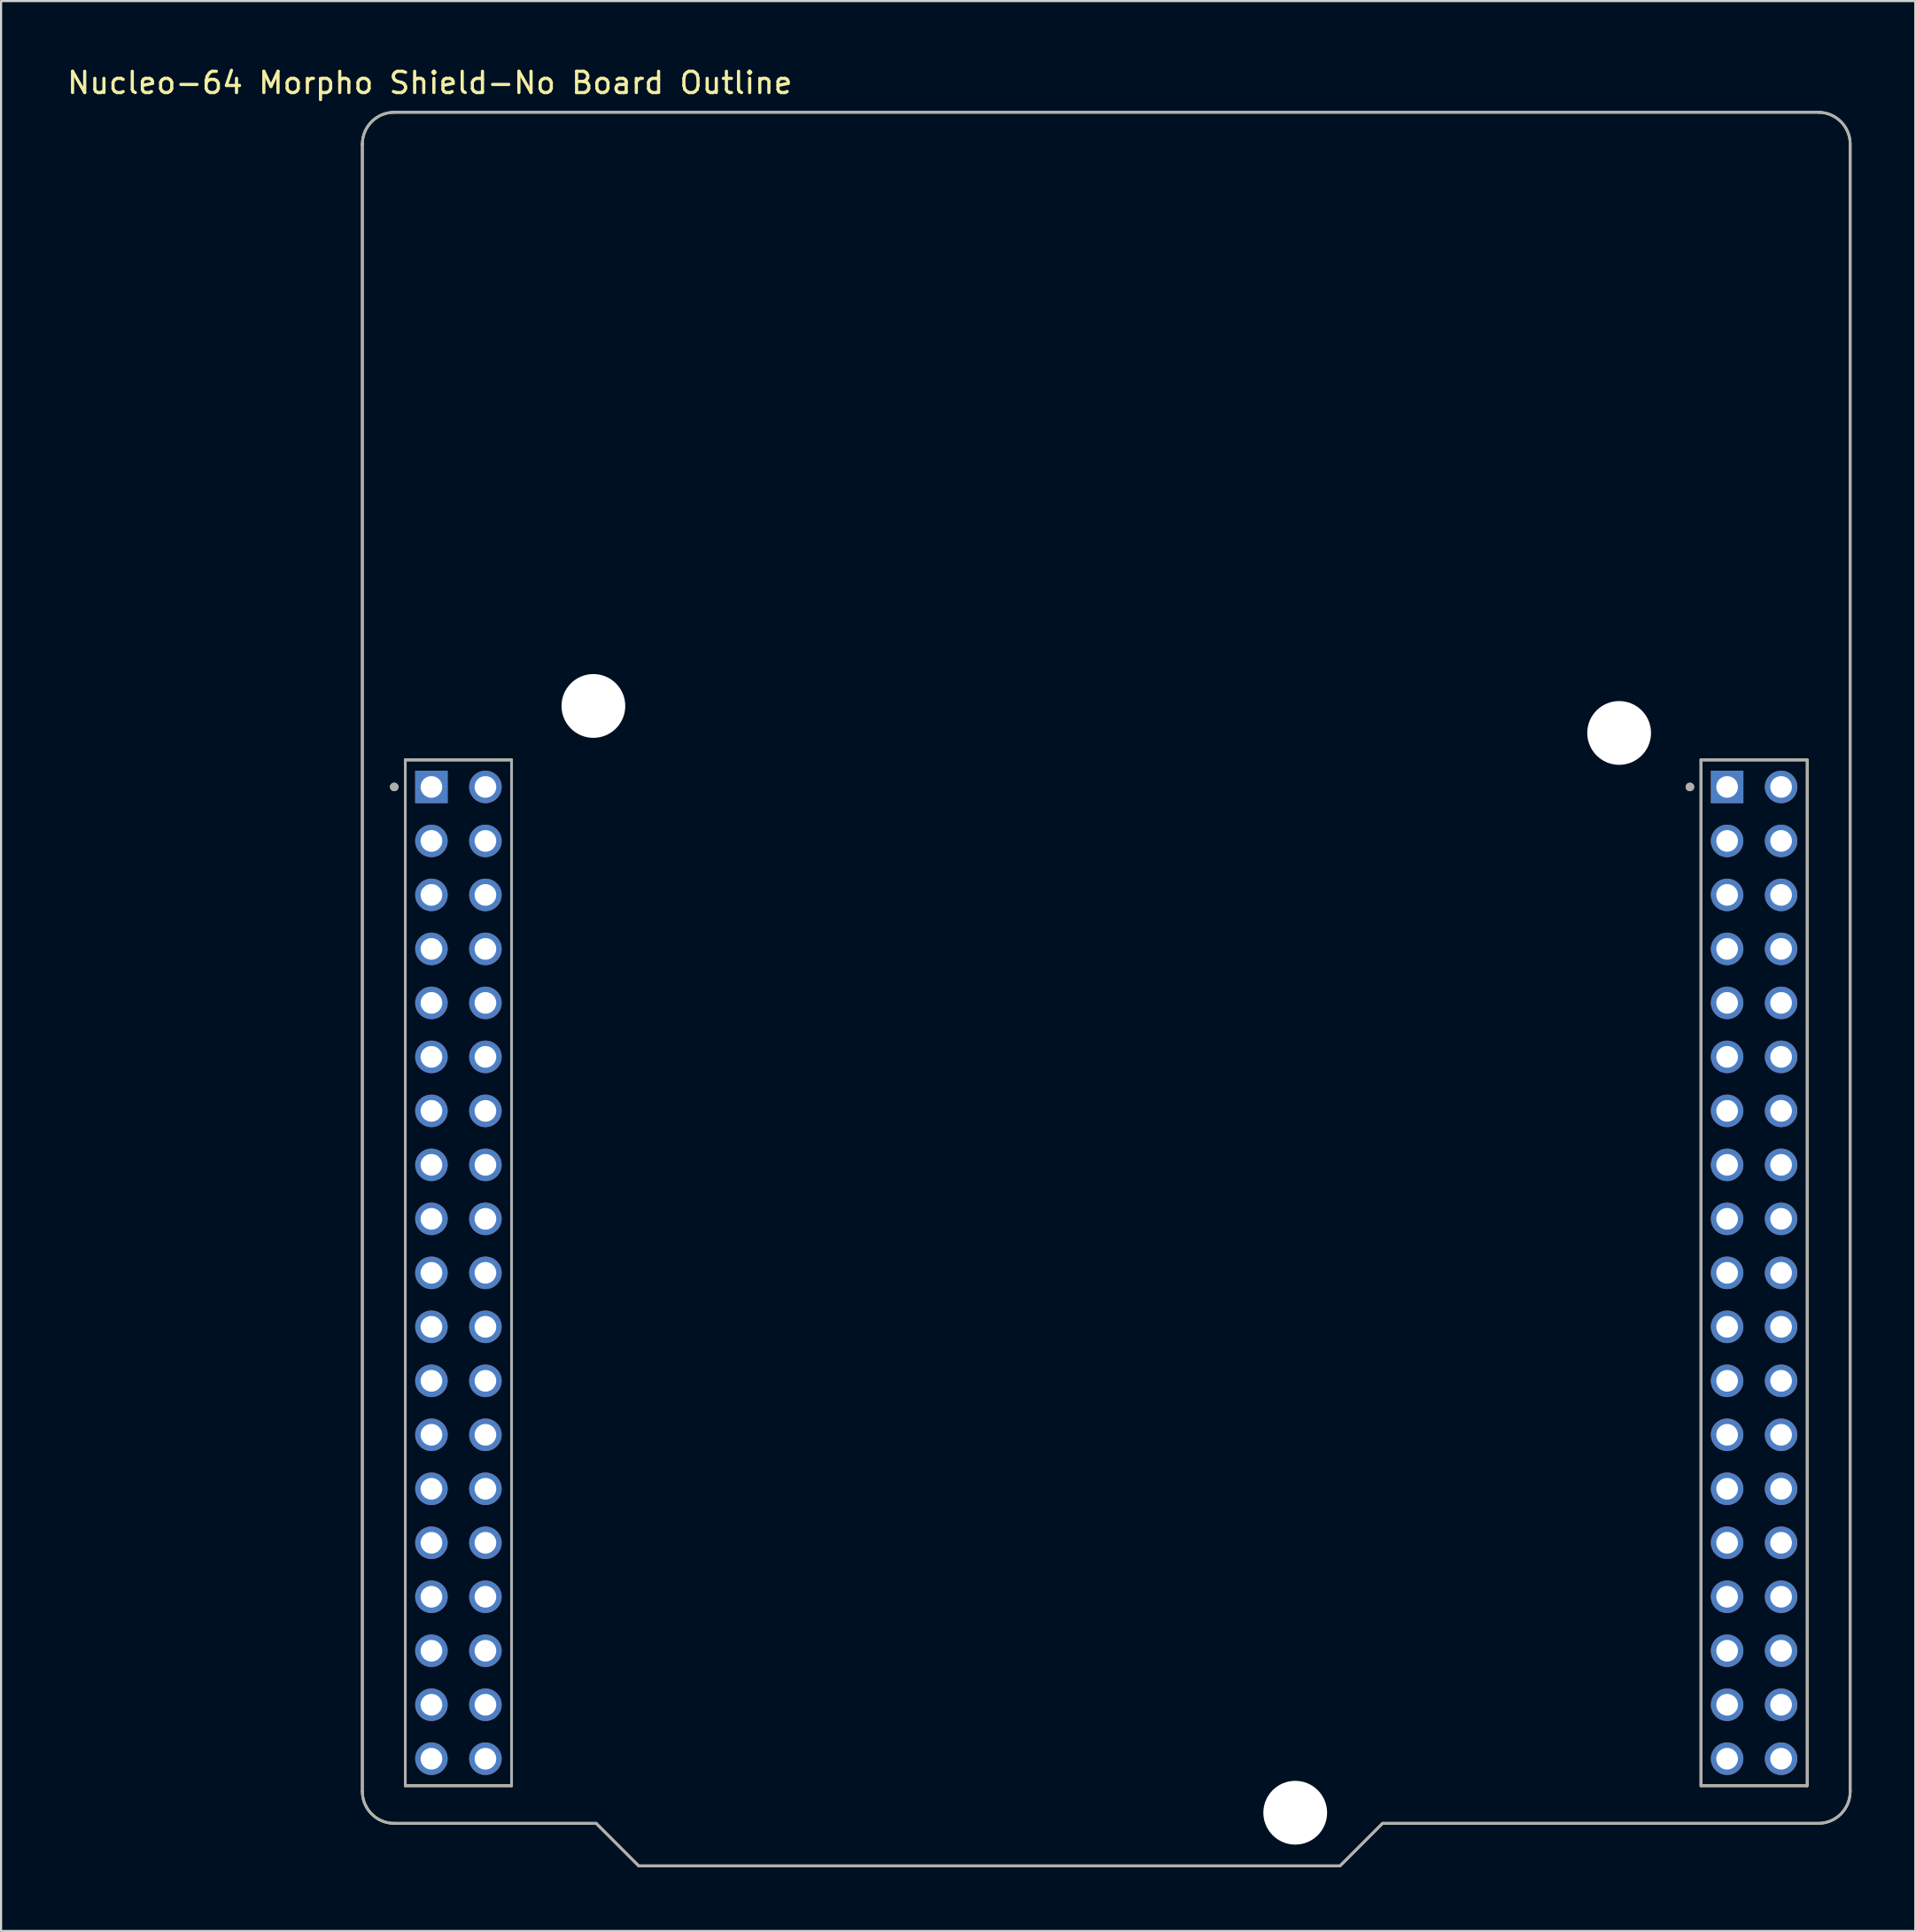
<source format=kicad_pcb>
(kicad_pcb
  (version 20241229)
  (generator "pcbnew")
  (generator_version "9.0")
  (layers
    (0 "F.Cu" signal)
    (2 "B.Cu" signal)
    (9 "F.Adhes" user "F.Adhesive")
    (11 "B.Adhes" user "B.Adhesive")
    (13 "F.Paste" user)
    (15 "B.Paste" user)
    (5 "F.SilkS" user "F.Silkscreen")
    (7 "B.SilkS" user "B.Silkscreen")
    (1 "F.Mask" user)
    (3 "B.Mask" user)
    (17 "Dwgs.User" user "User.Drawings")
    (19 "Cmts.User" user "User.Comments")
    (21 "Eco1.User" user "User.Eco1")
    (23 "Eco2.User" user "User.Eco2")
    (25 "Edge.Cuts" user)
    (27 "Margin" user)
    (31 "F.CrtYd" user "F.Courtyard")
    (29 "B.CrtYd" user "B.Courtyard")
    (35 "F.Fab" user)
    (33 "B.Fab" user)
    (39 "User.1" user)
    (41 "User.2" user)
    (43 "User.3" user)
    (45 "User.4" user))
  (footprint "Nucleo-64 Morpho Shield-No Board Outline"
    (layer "F.Cu")
    (at 48.998 43.483)
    (property "Reference" "Nucleo-64 Morpho Shield-No Board Outline" (at -31.825 -42.635 0) (layer "F.SilkS") (effects (font (size 1 1) (thickness 0.15))))
    (attr through_hole)
    (fp_line (start -35 37.75) (end -35 -39.75) (stroke (width 0.127) (type solid)) (layer "F.SilkS"))
    (fp_line (start -33.5 -41.25) (end 33.5 -41.25) (stroke (width 0.127) (type solid)) (layer "F.SilkS"))
    (fp_line (start -32.98 -10.78) (end -32.98 37.48) (stroke (width 0.127) (type solid)) (layer "F.SilkS"))
    (fp_line (start -32.98 37.48) (end -27.98 37.48) (stroke (width 0.127) (type solid)) (layer "F.SilkS"))
    (fp_line (start -27.98 -10.78) (end -32.98 -10.78) (stroke (width 0.127) (type solid)) (layer "F.SilkS"))
    (fp_line (start -27.98 37.48) (end -27.98 -10.78) (stroke (width 0.127) (type solid)) (layer "F.SilkS"))
    (fp_line (start -24 39.25) (end -33.5 39.25) (stroke (width 0.127) (type solid)) (layer "F.SilkS"))
    (fp_line (start -22 41.25) (end -24 39.25) (stroke (width 0.127) (type solid)) (layer "F.SilkS"))
    (fp_line (start 11 41.25) (end -22 41.25) (stroke (width 0.127) (type solid)) (layer "F.SilkS"))
    (fp_line (start 13 39.25) (end 11 41.25) (stroke (width 0.127) (type solid)) (layer "F.SilkS"))
    (fp_line (start 27.98 -10.78) (end 27.98 37.48) (stroke (width 0.127) (type solid)) (layer "F.SilkS"))
    (fp_line (start 27.98 37.48) (end 32.98 37.48) (stroke (width 0.127) (type solid)) (layer "F.SilkS"))
    (fp_line (start 32.98 -10.78) (end 27.98 -10.78) (stroke (width 0.127) (type solid)) (layer "F.SilkS"))
    (fp_line (start 32.98 37.48) (end 32.98 -10.78) (stroke (width 0.127) (type solid)) (layer "F.SilkS"))
    (fp_line (start 33.5 39.25) (end 13 39.25) (stroke (width 0.127) (type solid)) (layer "F.SilkS"))
    (fp_line (start 35 -39.75) (end 35 37.75) (stroke (width 0.127) (type solid)) (layer "F.SilkS"))
    (fp_arc (start -35 -39.75) (mid -34.56066 -40.81066) (end -33.5 -41.25) (stroke (width 0.127) (type solid)) (layer "F.SilkS"))
    (fp_arc (start -33.5 39.25) (mid -34.56066 38.81066) (end -35 37.75) (stroke (width 0.127) (type solid)) (layer "F.SilkS"))
    (fp_arc (start 33.5 -41.25) (mid 34.56066 -40.81066) (end 35 -39.75) (stroke (width 0.127) (type solid)) (layer "F.SilkS"))
    (fp_arc (start 35 37.75) (mid 34.56066 38.81066) (end 33.5 39.25) (stroke (width 0.127) (type solid)) (layer "F.SilkS"))
    (fp_circle (center -33.5 -9.51) (end -33.4 -9.51) (stroke (width 0.2) (type solid)) (fill no) (layer "F.SilkS"))
    (fp_circle (center 27.46 -9.51) (end 27.56 -9.51) (stroke (width 0.2) (type solid)) (fill no) (layer "F.SilkS"))
    (fp_line (start -35 37.75) (end -35 -39.75) (stroke (width 0.127) (type solid)) (layer "F.Fab"))
    (fp_line (start -33.5 -41.25) (end 33.5 -41.25) (stroke (width 0.127) (type solid)) (layer "F.Fab"))
    (fp_line (start -32.98 -10.78) (end -32.98 37.48) (stroke (width 0.127) (type solid)) (layer "F.Fab"))
    (fp_line (start -32.98 37.48) (end -27.98 37.48) (stroke (width 0.127) (type solid)) (layer "F.Fab"))
    (fp_line (start -27.98 -10.78) (end -32.98 -10.78) (stroke (width 0.127) (type solid)) (layer "F.Fab"))
    (fp_line (start -27.98 37.48) (end -27.98 -10.78) (stroke (width 0.127) (type solid)) (layer "F.Fab"))
    (fp_line (start -24 39.25) (end -33.5 39.25) (stroke (width 0.127) (type solid)) (layer "F.Fab"))
    (fp_line (start -22 41.25) (end -24 39.25) (stroke (width 0.127) (type solid)) (layer "F.Fab"))
    (fp_line (start 11 41.25) (end -22 41.25) (stroke (width 0.127) (type solid)) (layer "F.Fab"))
    (fp_line (start 13 39.25) (end 11 41.25) (stroke (width 0.127) (type solid)) (layer "F.Fab"))
    (fp_line (start 27.98 -10.78) (end 27.98 37.48) (stroke (width 0.127) (type solid)) (layer "F.Fab"))
    (fp_line (start 27.98 37.48) (end 32.98 37.48) (stroke (width 0.127) (type solid)) (layer "F.Fab"))
    (fp_line (start 32.98 -10.78) (end 27.98 -10.78) (stroke (width 0.127) (type solid)) (layer "F.Fab"))
    (fp_line (start 32.98 37.48) (end 32.98 -10.78) (stroke (width 0.127) (type solid)) (layer "F.Fab"))
    (fp_line (start 33.5 39.25) (end 13 39.25) (stroke (width 0.127) (type solid)) (layer "F.Fab"))
    (fp_line (start 35 -39.75) (end 35 37.75) (stroke (width 0.127) (type solid)) (layer "F.Fab"))
    (fp_arc (start -35 -39.75) (mid -34.56066 -40.81066) (end -33.5 -41.25) (stroke (width 0.127) (type solid)) (layer "F.Fab"))
    (fp_arc (start -33.5 39.25) (mid -34.56066 38.81066) (end -35 37.75) (stroke (width 0.127) (type solid)) (layer "F.Fab"))
    (fp_arc (start 33.5 -41.25) (mid 34.56066 -40.81066) (end 35 -39.75) (stroke (width 0.127) (type solid)) (layer "F.Fab"))
    (fp_arc (start 35 37.75) (mid 34.56066 38.81066) (end 33.5 39.25) (stroke (width 0.127) (type solid)) (layer "F.Fab"))
    (fp_circle (center -33.5 -9.51) (end -33.4 -9.51) (stroke (width 0.2) (type solid)) (fill no) (layer "F.Fab"))
    (fp_circle (center 27.46 -9.51) (end 27.56 -9.51) (stroke (width 0.2) (type solid)) (fill no) (layer "F.Fab"))
    (pad "" np_thru_hole circle (at -24.13 -13.32) (size 3 3) (drill 3) (layers "*.Cu" "*.Mask"))
    (pad "" np_thru_hole circle (at 8.89 38.75) (size 3 3) (drill 3) (layers "*.Cu" "*.Mask"))
    (pad "" np_thru_hole circle (at 24.13 -12.05) (size 3 3) (drill 3) (layers "*.Cu" "*.Mask"))
    (pad "1" thru_hole rect (at -31.75 -9.51) (size 1.53 1.53) (drill 1.02) (layers "*.Cu" "*.Mask"))
    (pad "2" thru_hole circle (at -29.21 -9.51) (size 1.53 1.53) (drill 1.02) (layers "*.Cu" "*.Mask"))
    (pad "3" thru_hole circle (at -31.75 -6.97) (size 1.53 1.53) (drill 1.02) (layers "*.Cu" "*.Mask"))
    (pad "4" thru_hole circle (at -29.21 -6.97) (size 1.53 1.53) (drill 1.02) (layers "*.Cu" "*.Mask"))
    (pad "5" thru_hole circle (at -31.75 -4.43) (size 1.53 1.53) (drill 1.02) (layers "*.Cu" "*.Mask"))
    (pad "6" thru_hole circle (at -29.21 -4.43) (size 1.53 1.53) (drill 1.02) (layers "*.Cu" "*.Mask"))
    (pad "7" thru_hole circle (at -31.75 -1.89) (size 1.53 1.53) (drill 1.02) (layers "*.Cu" "*.Mask"))
    (pad "8" thru_hole circle (at -29.21 -1.89) (size 1.53 1.53) (drill 1.02) (layers "*.Cu" "*.Mask"))
    (pad "9" thru_hole circle (at -31.75 0.65) (size 1.53 1.53) (drill 1.02) (layers "*.Cu" "*.Mask"))
    (pad "10" thru_hole circle (at -29.21 0.65) (size 1.53 1.53) (drill 1.02) (layers "*.Cu" "*.Mask"))
    (pad "11" thru_hole circle (at -31.75 3.19) (size 1.53 1.53) (drill 1.02) (layers "*.Cu" "*.Mask"))
    (pad "12" thru_hole circle (at -29.21 3.19) (size 1.53 1.53) (drill 1.02) (layers "*.Cu" "*.Mask"))
    (pad "13" thru_hole circle (at -31.75 5.73) (size 1.53 1.53) (drill 1.02) (layers "*.Cu" "*.Mask"))
    (pad "14" thru_hole circle (at -29.21 5.73) (size 1.53 1.53) (drill 1.02) (layers "*.Cu" "*.Mask"))
    (pad "15" thru_hole circle (at -31.75 8.27) (size 1.53 1.53) (drill 1.02) (layers "*.Cu" "*.Mask"))
    (pad "16" thru_hole circle (at -29.21 8.27) (size 1.53 1.53) (drill 1.02) (layers "*.Cu" "*.Mask"))
    (pad "17" thru_hole circle (at -31.75 10.81) (size 1.53 1.53) (drill 1.02) (layers "*.Cu" "*.Mask"))
    (pad "18" thru_hole circle (at -29.21 10.81) (size 1.53 1.53) (drill 1.02) (layers "*.Cu" "*.Mask"))
    (pad "19" thru_hole circle (at -31.75 13.35) (size 1.53 1.53) (drill 1.02) (layers "*.Cu" "*.Mask"))
    (pad "20" thru_hole circle (at -29.21 13.35) (size 1.53 1.53) (drill 1.02) (layers "*.Cu" "*.Mask"))
    (pad "21" thru_hole circle (at -31.75 15.89) (size 1.53 1.53) (drill 1.02) (layers "*.Cu" "*.Mask"))
    (pad "22" thru_hole circle (at -29.21 15.89) (size 1.53 1.53) (drill 1.02) (layers "*.Cu" "*.Mask"))
    (pad "23" thru_hole circle (at -31.75 18.43) (size 1.53 1.53) (drill 1.02) (layers "*.Cu" "*.Mask"))
    (pad "24" thru_hole circle (at -29.21 18.43) (size 1.53 1.53) (drill 1.02) (layers "*.Cu" "*.Mask"))
    (pad "25" thru_hole circle (at -31.75 20.97) (size 1.53 1.53) (drill 1.02) (layers "*.Cu" "*.Mask"))
    (pad "26" thru_hole circle (at -29.21 20.97) (size 1.53 1.53) (drill 1.02) (layers "*.Cu" "*.Mask"))
    (pad "27" thru_hole circle (at -31.75 23.51) (size 1.53 1.53) (drill 1.02) (layers "*.Cu" "*.Mask"))
    (pad "28" thru_hole circle (at -29.21 23.51) (size 1.53 1.53) (drill 1.02) (layers "*.Cu" "*.Mask"))
    (pad "29" thru_hole circle (at -31.75 26.05) (size 1.53 1.53) (drill 1.02) (layers "*.Cu" "*.Mask"))
    (pad "30" thru_hole circle (at -29.21 26.05) (size 1.53 1.53) (drill 1.02) (layers "*.Cu" "*.Mask"))
    (pad "31" thru_hole circle (at -31.75 28.59) (size 1.53 1.53) (drill 1.02) (layers "*.Cu" "*.Mask"))
    (pad "32" thru_hole circle (at -29.21 28.59) (size 1.53 1.53) (drill 1.02) (layers "*.Cu" "*.Mask"))
    (pad "33" thru_hole circle (at -31.75 31.13) (size 1.53 1.53) (drill 1.02) (layers "*.Cu" "*.Mask"))
    (pad "34" thru_hole circle (at -29.21 31.13) (size 1.53 1.53) (drill 1.02) (layers "*.Cu" "*.Mask"))
    (pad "35" thru_hole circle (at -31.75 33.67) (size 1.53 1.53) (drill 1.02) (layers "*.Cu" "*.Mask"))
    (pad "36" thru_hole circle (at -29.21 33.67) (size 1.53 1.53) (drill 1.02) (layers "*.Cu" "*.Mask"))
    (pad "37" thru_hole circle (at -31.75 36.21) (size 1.53 1.53) (drill 1.02) (layers "*.Cu" "*.Mask"))
    (pad "38" thru_hole circle (at -29.21 36.21) (size 1.53 1.53) (drill 1.02) (layers "*.Cu" "*.Mask"))
    (pad "39" thru_hole rect (at 29.21 -9.51) (size 1.53 1.53) (drill 1.02) (layers "*.Cu" "*.Mask"))
    (pad "40" thru_hole circle (at 31.75 -9.51) (size 1.53 1.53) (drill 1.02) (layers "*.Cu" "*.Mask"))
    (pad "41" thru_hole circle (at 29.21 -6.97) (size 1.53 1.53) (drill 1.02) (layers "*.Cu" "*.Mask"))
    (pad "42" thru_hole circle (at 31.75 -6.97) (size 1.53 1.53) (drill 1.02) (layers "*.Cu" "*.Mask"))
    (pad "43" thru_hole circle (at 29.21 -4.43) (size 1.53 1.53) (drill 1.02) (layers "*.Cu" "*.Mask"))
    (pad "44" thru_hole circle (at 31.75 -4.43) (size 1.53 1.53) (drill 1.02) (layers "*.Cu" "*.Mask"))
    (pad "45" thru_hole circle (at 29.21 -1.89) (size 1.53 1.53) (drill 1.02) (layers "*.Cu" "*.Mask"))
    (pad "46" thru_hole circle (at 31.75 -1.89) (size 1.53 1.53) (drill 1.02) (layers "*.Cu" "*.Mask"))
    (pad "47" thru_hole circle (at 29.21 0.65) (size 1.53 1.53) (drill 1.02) (layers "*.Cu" "*.Mask"))
    (pad "48" thru_hole circle (at 31.75 0.65) (size 1.53 1.53) (drill 1.02) (layers "*.Cu" "*.Mask"))
    (pad "49" thru_hole circle (at 29.21 3.19) (size 1.53 1.53) (drill 1.02) (layers "*.Cu" "*.Mask"))
    (pad "50" thru_hole circle (at 31.75 3.19) (size 1.53 1.53) (drill 1.02) (layers "*.Cu" "*.Mask"))
    (pad "51" thru_hole circle (at 29.21 5.73) (size 1.53 1.53) (drill 1.02) (layers "*.Cu" "*.Mask"))
    (pad "52" thru_hole circle (at 31.75 5.73) (size 1.53 1.53) (drill 1.02) (layers "*.Cu" "*.Mask"))
    (pad "53" thru_hole circle (at 29.21 8.27) (size 1.53 1.53) (drill 1.02) (layers "*.Cu" "*.Mask"))
    (pad "54" thru_hole circle (at 31.75 8.27) (size 1.53 1.53) (drill 1.02) (layers "*.Cu" "*.Mask"))
    (pad "55" thru_hole circle (at 29.21 10.81) (size 1.53 1.53) (drill 1.02) (layers "*.Cu" "*.Mask"))
    (pad "56" thru_hole circle (at 31.75 10.81) (size 1.53 1.53) (drill 1.02) (layers "*.Cu" "*.Mask"))
    (pad "57" thru_hole circle (at 29.21 13.35) (size 1.53 1.53) (drill 1.02) (layers "*.Cu" "*.Mask"))
    (pad "58" thru_hole circle (at 31.75 13.35) (size 1.53 1.53) (drill 1.02) (layers "*.Cu" "*.Mask"))
    (pad "59" thru_hole circle (at 29.21 15.89) (size 1.53 1.53) (drill 1.02) (layers "*.Cu" "*.Mask"))
    (pad "60" thru_hole circle (at 31.75 15.89) (size 1.53 1.53) (drill 1.02) (layers "*.Cu" "*.Mask"))
    (pad "61" thru_hole circle (at 29.21 18.43) (size 1.53 1.53) (drill 1.02) (layers "*.Cu" "*.Mask"))
    (pad "62" thru_hole circle (at 31.75 18.43) (size 1.53 1.53) (drill 1.02) (layers "*.Cu" "*.Mask"))
    (pad "63" thru_hole circle (at 29.21 20.97) (size 1.53 1.53) (drill 1.02) (layers "*.Cu" "*.Mask"))
    (pad "64" thru_hole circle (at 31.75 20.97) (size 1.53 1.53) (drill 1.02) (layers "*.Cu" "*.Mask"))
    (pad "65" thru_hole circle (at 29.21 23.51) (size 1.53 1.53) (drill 1.02) (layers "*.Cu" "*.Mask"))
    (pad "66" thru_hole circle (at 31.75 23.51) (size 1.53 1.53) (drill 1.02) (layers "*.Cu" "*.Mask"))
    (pad "67" thru_hole circle (at 29.21 26.05) (size 1.53 1.53) (drill 1.02) (layers "*.Cu" "*.Mask"))
    (pad "68" thru_hole circle (at 31.75 26.05) (size 1.53 1.53) (drill 1.02) (layers "*.Cu" "*.Mask"))
    (pad "69" thru_hole circle (at 29.21 28.59) (size 1.53 1.53) (drill 1.02) (layers "*.Cu" "*.Mask"))
    (pad "70" thru_hole circle (at 31.75 28.59) (size 1.53 1.53) (drill 1.02) (layers "*.Cu" "*.Mask"))
    (pad "71" thru_hole circle (at 29.21 31.13) (size 1.53 1.53) (drill 1.02) (layers "*.Cu" "*.Mask"))
    (pad "72" thru_hole circle (at 31.75 31.13) (size 1.53 1.53) (drill 1.02) (layers "*.Cu" "*.Mask"))
    (pad "73" thru_hole circle (at 29.21 33.67) (size 1.53 1.53) (drill 1.02) (layers "*.Cu" "*.Mask"))
    (pad "74" thru_hole circle (at 31.75 33.67) (size 1.53 1.53) (drill 1.02) (layers "*.Cu" "*.Mask"))
    (pad "75" thru_hole circle (at 29.21 36.21) (size 1.53 1.53) (drill 1.02) (layers "*.Cu" "*.Mask"))
    (pad "76" thru_hole circle (at 31.75 36.21) (size 1.53 1.53) (drill 1.02) (layers "*.Cu" "*.Mask")))
  (gr_rect
    (start -3 -3)
    (end 87.061 87.797)
    (stroke (width 0.1) (type default))
    (fill no)
    (layer "Edge.Cuts")))
</source>
